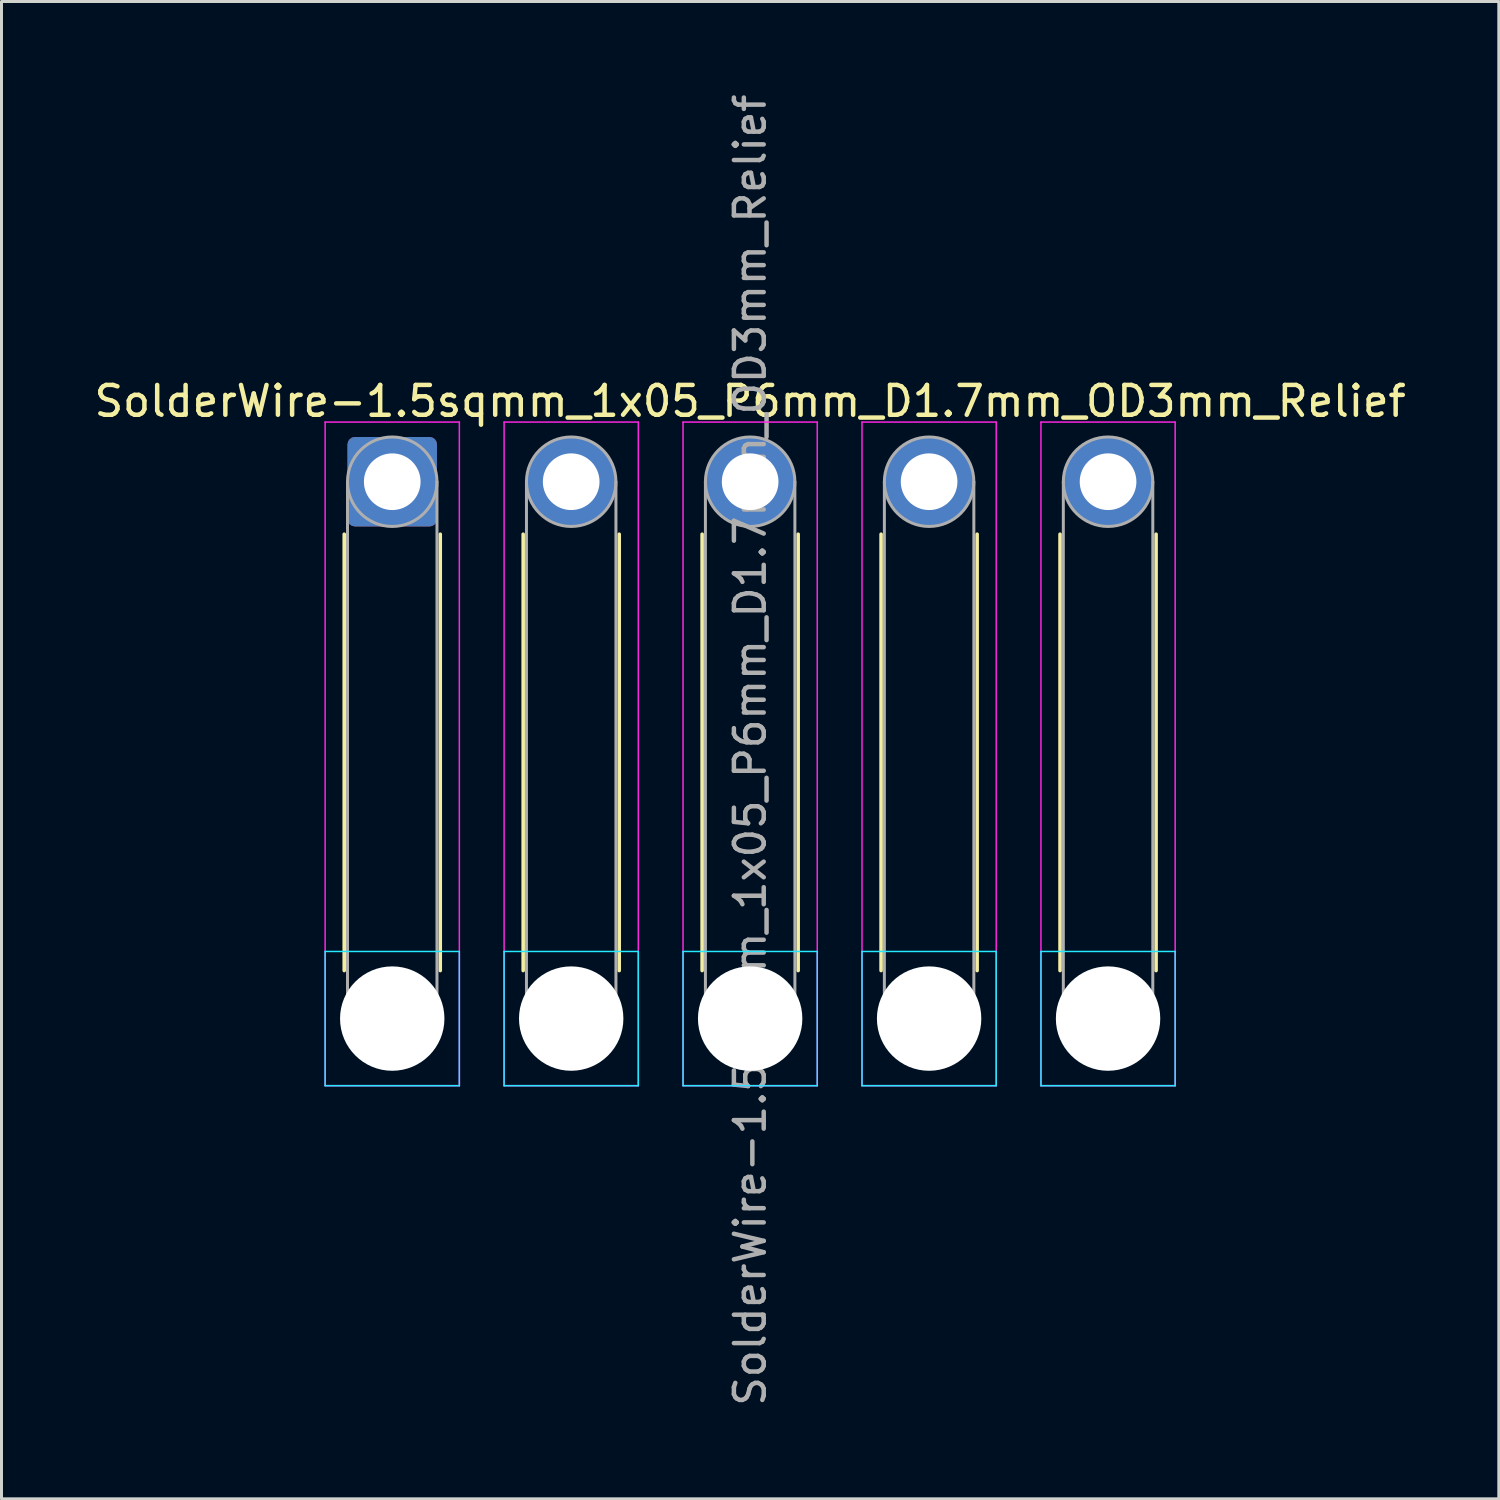
<source format=kicad_pcb>
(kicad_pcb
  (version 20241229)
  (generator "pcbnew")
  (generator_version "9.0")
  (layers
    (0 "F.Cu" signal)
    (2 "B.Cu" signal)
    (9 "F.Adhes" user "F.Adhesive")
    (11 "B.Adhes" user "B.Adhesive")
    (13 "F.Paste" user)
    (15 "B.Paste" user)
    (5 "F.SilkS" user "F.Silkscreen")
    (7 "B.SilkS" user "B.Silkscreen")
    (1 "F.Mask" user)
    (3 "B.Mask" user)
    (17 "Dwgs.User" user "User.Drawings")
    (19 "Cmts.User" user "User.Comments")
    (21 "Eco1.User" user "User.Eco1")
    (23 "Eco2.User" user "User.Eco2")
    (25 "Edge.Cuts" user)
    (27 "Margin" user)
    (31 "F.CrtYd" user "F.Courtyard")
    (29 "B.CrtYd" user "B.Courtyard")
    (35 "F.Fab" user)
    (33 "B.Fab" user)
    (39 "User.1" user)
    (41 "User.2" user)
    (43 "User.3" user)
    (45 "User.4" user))
  (footprint "SolderWire-1.5sqmm_1x05_P6mm_D1.7mm_OD3mm_Relief"
    (layer "F.Cu")
    (at 10.101 13.101)
    (property "Reference" "SolderWire-1.5sqmm_1x05_P6mm_D1.7mm_OD3mm_Relief" (at 12 -2.7 0) (layer "F.SilkS") (effects (font (size 1 1) (thickness 0.15))))
    (attr exclude_from_pos_files exclude_from_bom)
    (fp_line (start -1.61 1.76) (end -1.61 16.39) (stroke (width 0.12) (type solid)) (layer "F.SilkS"))
    (fp_line (start 1.61 1.76) (end 1.61 16.39) (stroke (width 0.12) (type solid)) (layer "F.SilkS"))
    (fp_line (start 4.39 1.76) (end 4.39 16.39) (stroke (width 0.12) (type solid)) (layer "F.SilkS"))
    (fp_line (start 7.61 1.76) (end 7.61 16.39) (stroke (width 0.12) (type solid)) (layer "F.SilkS"))
    (fp_line (start 10.39 1.76) (end 10.39 16.39) (stroke (width 0.12) (type solid)) (layer "F.SilkS"))
    (fp_line (start 13.61 1.76) (end 13.61 16.39) (stroke (width 0.12) (type solid)) (layer "F.SilkS"))
    (fp_line (start 16.39 1.76) (end 16.39 16.39) (stroke (width 0.12) (type solid)) (layer "F.SilkS"))
    (fp_line (start 19.61 1.76) (end 19.61 16.39) (stroke (width 0.12) (type solid)) (layer "F.SilkS"))
    (fp_line (start 22.39 1.76) (end 22.39 16.39) (stroke (width 0.12) (type solid)) (layer "F.SilkS"))
    (fp_line (start 25.61 1.76) (end 25.61 16.39) (stroke (width 0.12) (type solid)) (layer "F.SilkS"))
    (fp_line (start -2.25 15.75) (end -2.25 20.25) (stroke (width 0.05) (type solid)) (layer "B.CrtYd"))
    (fp_line (start -2.25 20.25) (end 2.25 20.25) (stroke (width 0.05) (type solid)) (layer "B.CrtYd"))
    (fp_line (start 2.25 15.75) (end -2.25 15.75) (stroke (width 0.05) (type solid)) (layer "B.CrtYd"))
    (fp_line (start 2.25 20.25) (end 2.25 15.75) (stroke (width 0.05) (type solid)) (layer "B.CrtYd"))
    (fp_line (start 3.75 15.75) (end 3.75 20.25) (stroke (width 0.05) (type solid)) (layer "B.CrtYd"))
    (fp_line (start 3.75 20.25) (end 8.25 20.25) (stroke (width 0.05) (type solid)) (layer "B.CrtYd"))
    (fp_line (start 8.25 15.75) (end 3.75 15.75) (stroke (width 0.05) (type solid)) (layer "B.CrtYd"))
    (fp_line (start 8.25 20.25) (end 8.25 15.75) (stroke (width 0.05) (type solid)) (layer "B.CrtYd"))
    (fp_line (start 9.75 15.75) (end 9.75 20.25) (stroke (width 0.05) (type solid)) (layer "B.CrtYd"))
    (fp_line (start 9.75 20.25) (end 14.25 20.25) (stroke (width 0.05) (type solid)) (layer "B.CrtYd"))
    (fp_line (start 14.25 15.75) (end 9.75 15.75) (stroke (width 0.05) (type solid)) (layer "B.CrtYd"))
    (fp_line (start 14.25 20.25) (end 14.25 15.75) (stroke (width 0.05) (type solid)) (layer "B.CrtYd"))
    (fp_line (start 15.75 15.75) (end 15.75 20.25) (stroke (width 0.05) (type solid)) (layer "B.CrtYd"))
    (fp_line (start 15.75 20.25) (end 20.25 20.25) (stroke (width 0.05) (type solid)) (layer "B.CrtYd"))
    (fp_line (start 20.25 15.75) (end 15.75 15.75) (stroke (width 0.05) (type solid)) (layer "B.CrtYd"))
    (fp_line (start 20.25 20.25) (end 20.25 15.75) (stroke (width 0.05) (type solid)) (layer "B.CrtYd"))
    (fp_line (start 21.75 15.75) (end 21.75 20.25) (stroke (width 0.05) (type solid)) (layer "B.CrtYd"))
    (fp_line (start 21.75 20.25) (end 26.25 20.25) (stroke (width 0.05) (type solid)) (layer "B.CrtYd"))
    (fp_line (start 26.25 15.75) (end 21.75 15.75) (stroke (width 0.05) (type solid)) (layer "B.CrtYd"))
    (fp_line (start 26.25 20.25) (end 26.25 15.75) (stroke (width 0.05) (type solid)) (layer "B.CrtYd"))
    (fp_line (start -2.25 -2) (end -2.25 20.25) (stroke (width 0.05) (type solid)) (layer "F.CrtYd"))
    (fp_line (start -2.25 20.25) (end 2.25 20.25) (stroke (width 0.05) (type solid)) (layer "F.CrtYd"))
    (fp_line (start 2.25 -2) (end -2.25 -2) (stroke (width 0.05) (type solid)) (layer "F.CrtYd"))
    (fp_line (start 2.25 20.25) (end 2.25 -2) (stroke (width 0.05) (type solid)) (layer "F.CrtYd"))
    (fp_line (start 3.75 -2) (end 3.75 20.25) (stroke (width 0.05) (type solid)) (layer "F.CrtYd"))
    (fp_line (start 3.75 20.25) (end 8.25 20.25) (stroke (width 0.05) (type solid)) (layer "F.CrtYd"))
    (fp_line (start 8.25 -2) (end 3.75 -2) (stroke (width 0.05) (type solid)) (layer "F.CrtYd"))
    (fp_line (start 8.25 20.25) (end 8.25 -2) (stroke (width 0.05) (type solid)) (layer "F.CrtYd"))
    (fp_line (start 9.75 -2) (end 9.75 20.25) (stroke (width 0.05) (type solid)) (layer "F.CrtYd"))
    (fp_line (start 9.75 20.25) (end 14.25 20.25) (stroke (width 0.05) (type solid)) (layer "F.CrtYd"))
    (fp_line (start 14.25 -2) (end 9.75 -2) (stroke (width 0.05) (type solid)) (layer "F.CrtYd"))
    (fp_line (start 14.25 20.25) (end 14.25 -2) (stroke (width 0.05) (type solid)) (layer "F.CrtYd"))
    (fp_line (start 15.75 -2) (end 15.75 20.25) (stroke (width 0.05) (type solid)) (layer "F.CrtYd"))
    (fp_line (start 15.75 20.25) (end 20.25 20.25) (stroke (width 0.05) (type solid)) (layer "F.CrtYd"))
    (fp_line (start 20.25 -2) (end 15.75 -2) (stroke (width 0.05) (type solid)) (layer "F.CrtYd"))
    (fp_line (start 20.25 20.25) (end 20.25 -2) (stroke (width 0.05) (type solid)) (layer "F.CrtYd"))
    (fp_line (start 21.75 -2) (end 21.75 20.25) (stroke (width 0.05) (type solid)) (layer "F.CrtYd"))
    (fp_line (start 21.75 20.25) (end 26.25 20.25) (stroke (width 0.05) (type solid)) (layer "F.CrtYd"))
    (fp_line (start 26.25 -2) (end 21.75 -2) (stroke (width 0.05) (type solid)) (layer "F.CrtYd"))
    (fp_line (start 26.25 20.25) (end 26.25 -2) (stroke (width 0.05) (type solid)) (layer "F.CrtYd"))
    (fp_line (start -1.5 0) (end -1.5 18) (stroke (width 0.1) (type solid)) (layer "F.Fab"))
    (fp_line (start 1.5 0) (end 1.5 18) (stroke (width 0.1) (type solid)) (layer "F.Fab"))
    (fp_line (start 4.5 0) (end 4.5 18) (stroke (width 0.1) (type solid)) (layer "F.Fab"))
    (fp_line (start 7.5 0) (end 7.5 18) (stroke (width 0.1) (type solid)) (layer "F.Fab"))
    (fp_line (start 10.5 0) (end 10.5 18) (stroke (width 0.1) (type solid)) (layer "F.Fab"))
    (fp_line (start 13.5 0) (end 13.5 18) (stroke (width 0.1) (type solid)) (layer "F.Fab"))
    (fp_line (start 16.5 0) (end 16.5 18) (stroke (width 0.1) (type solid)) (layer "F.Fab"))
    (fp_line (start 19.5 0) (end 19.5 18) (stroke (width 0.1) (type solid)) (layer "F.Fab"))
    (fp_line (start 22.5 0) (end 22.5 18) (stroke (width 0.1) (type solid)) (layer "F.Fab"))
    (fp_line (start 25.5 0) (end 25.5 18) (stroke (width 0.1) (type solid)) (layer "F.Fab"))
    (fp_circle (center 0 0) (end 1.5 0) (stroke (width 0.1) (type solid)) (fill no) (layer "F.Fab"))
    (fp_circle (center 0 18) (end 1.5 18) (stroke (width 0.1) (type solid)) (fill no) (layer "F.Fab"))
    (fp_circle (center 6 0) (end 7.5 0) (stroke (width 0.1) (type solid)) (fill no) (layer "F.Fab"))
    (fp_circle (center 6 18) (end 7.5 18) (stroke (width 0.1) (type solid)) (fill no) (layer "F.Fab"))
    (fp_circle (center 12 0) (end 13.5 0) (stroke (width 0.1) (type solid)) (fill no) (layer "F.Fab"))
    (fp_circle (center 12 18) (end 13.5 18) (stroke (width 0.1) (type solid)) (fill no) (layer "F.Fab"))
    (fp_circle (center 18 0) (end 19.5 0) (stroke (width 0.1) (type solid)) (fill no) (layer "F.Fab"))
    (fp_circle (center 18 18) (end 19.5 18) (stroke (width 0.1) (type solid)) (fill no) (layer "F.Fab"))
    (fp_circle (center 24 0) (end 25.5 0) (stroke (width 0.1) (type solid)) (fill no) (layer "F.Fab"))
    (fp_circle (center 24 18) (end 25.5 18) (stroke (width 0.1) (type solid)) (fill no) (layer "F.Fab"))
    (fp_text user "${REFERENCE}" (at 12 9 90) (layer "F.Fab") (effects (font (size 1 1) (thickness 0.15))))
    (pad "" np_thru_hole circle (at 0 18) (size 3.5 3.5) (drill 3.5) (layers "*.Cu" "*.Mask"))
    (pad "" np_thru_hole circle (at 6 18) (size 3.5 3.5) (drill 3.5) (layers "*.Cu" "*.Mask"))
    (pad "" np_thru_hole circle (at 12 18) (size 3.5 3.5) (drill 3.5) (layers "*.Cu" "*.Mask"))
    (pad "" np_thru_hole circle (at 18 18) (size 3.5 3.5) (drill 3.5) (layers "*.Cu" "*.Mask"))
    (pad "" np_thru_hole circle (at 24 18) (size 3.5 3.5) (drill 3.5) (layers "*.Cu" "*.Mask"))
    (pad "1" thru_hole roundrect (at 0 0) (size 3 3) (drill 1.9) (layers "*.Cu" "*.Mask") (roundrect_rratio 0.083))
    (pad "2" thru_hole circle (at 6 0) (size 3 3) (drill 1.9) (layers "*.Cu" "*.Mask"))
    (pad "3" thru_hole circle (at 12 0) (size 3 3) (drill 1.9) (layers "*.Cu" "*.Mask"))
    (pad "4" thru_hole circle (at 18 0) (size 3 3) (drill 1.9) (layers "*.Cu" "*.Mask"))
    (pad "5" thru_hole circle (at 24 0) (size 3 3) (drill 1.9) (layers "*.Cu" "*.Mask")))
  (gr_rect
    (start -3 -3)
    (end 47.202 47.202)
    (stroke (width 0.1) (type default))
    (fill no)
    (layer "Edge.Cuts")))
</source>
